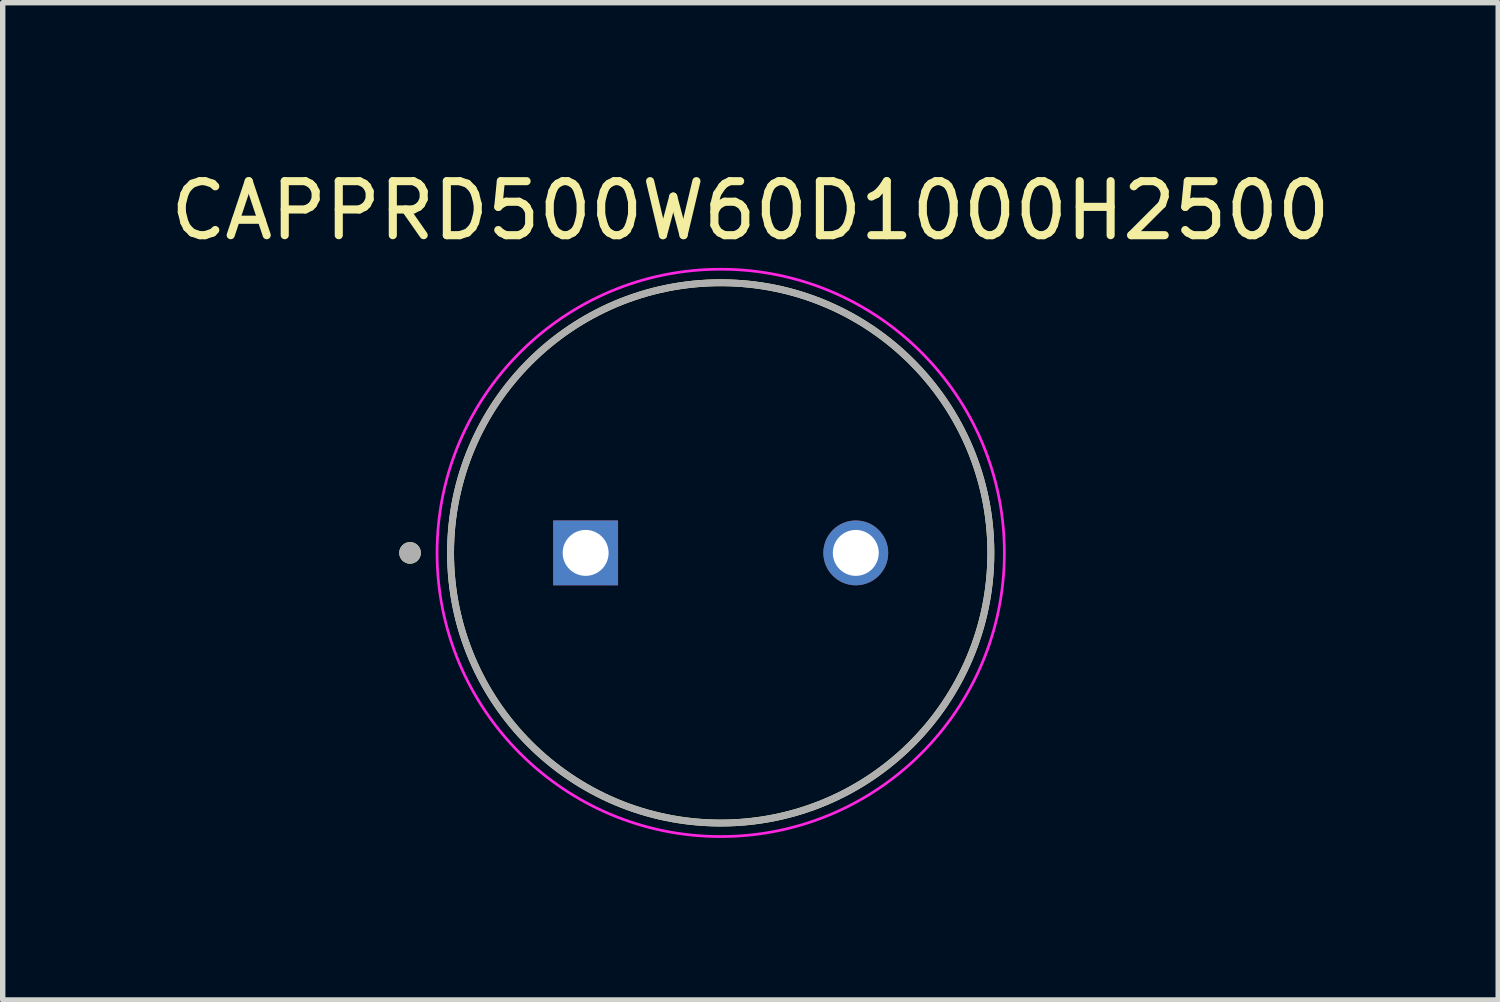
<source format=kicad_pcb>
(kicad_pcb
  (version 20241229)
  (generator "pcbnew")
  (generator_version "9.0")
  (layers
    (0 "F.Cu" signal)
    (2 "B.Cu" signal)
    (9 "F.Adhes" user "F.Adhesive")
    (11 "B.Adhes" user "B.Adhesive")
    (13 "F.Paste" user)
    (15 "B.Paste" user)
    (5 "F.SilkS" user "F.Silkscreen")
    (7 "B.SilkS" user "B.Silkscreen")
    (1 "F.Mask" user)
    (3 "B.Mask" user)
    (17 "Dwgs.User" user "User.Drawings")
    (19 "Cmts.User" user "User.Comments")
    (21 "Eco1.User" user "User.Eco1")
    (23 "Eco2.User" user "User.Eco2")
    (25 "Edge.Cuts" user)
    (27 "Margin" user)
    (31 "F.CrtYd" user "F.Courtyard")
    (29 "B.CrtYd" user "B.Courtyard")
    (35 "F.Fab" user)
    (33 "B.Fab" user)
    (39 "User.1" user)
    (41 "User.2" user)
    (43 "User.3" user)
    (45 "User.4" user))
  (footprint "CAPPRD500W60D1000H2500"
    (layer "F.Cu")
    (at 10.289 7.183)
    (property "Reference" "CAPPRD500W60D1000H2500" (at 0.55 -6.335 0) (layer "F.SilkS") (effects (font (size 1 1) (thickness 0.15))))
    (attr through_hole)
    (fp_circle (center -5.75 0) (end -5.65 0) (stroke (width 0.2) (type solid)) (fill no) (layer "F.SilkS"))
    (fp_circle (center 0 0) (end 5 0) (stroke (width 0.127) (type solid)) (fill no) (layer "F.SilkS"))
    (fp_circle (center 0 0) (end 5.25 0) (stroke (width 0.05) (type solid)) (fill no) (layer "F.CrtYd"))
    (fp_circle (center -5.75 0) (end -5.65 0) (stroke (width 0.2) (type solid)) (fill no) (layer "F.Fab"))
    (fp_circle (center 0 0) (end 5 0) (stroke (width 0.127) (type solid)) (fill no) (layer "F.Fab"))
    (pad "1" thru_hole rect (at -2.5 0) (size 1.2 1.2) (drill 0.85) (layers "*.Cu" "*.Mask"))
    (pad "2" thru_hole circle (at 2.5 0) (size 1.2 1.2) (drill 0.85) (layers "*.Cu" "*.Mask")))
  (gr_rect
    (start -3 -3)
    (end 24.679 15.458)
    (stroke (width 0.1) (type default))
    (fill no)
    (layer "Edge.Cuts")))
</source>
